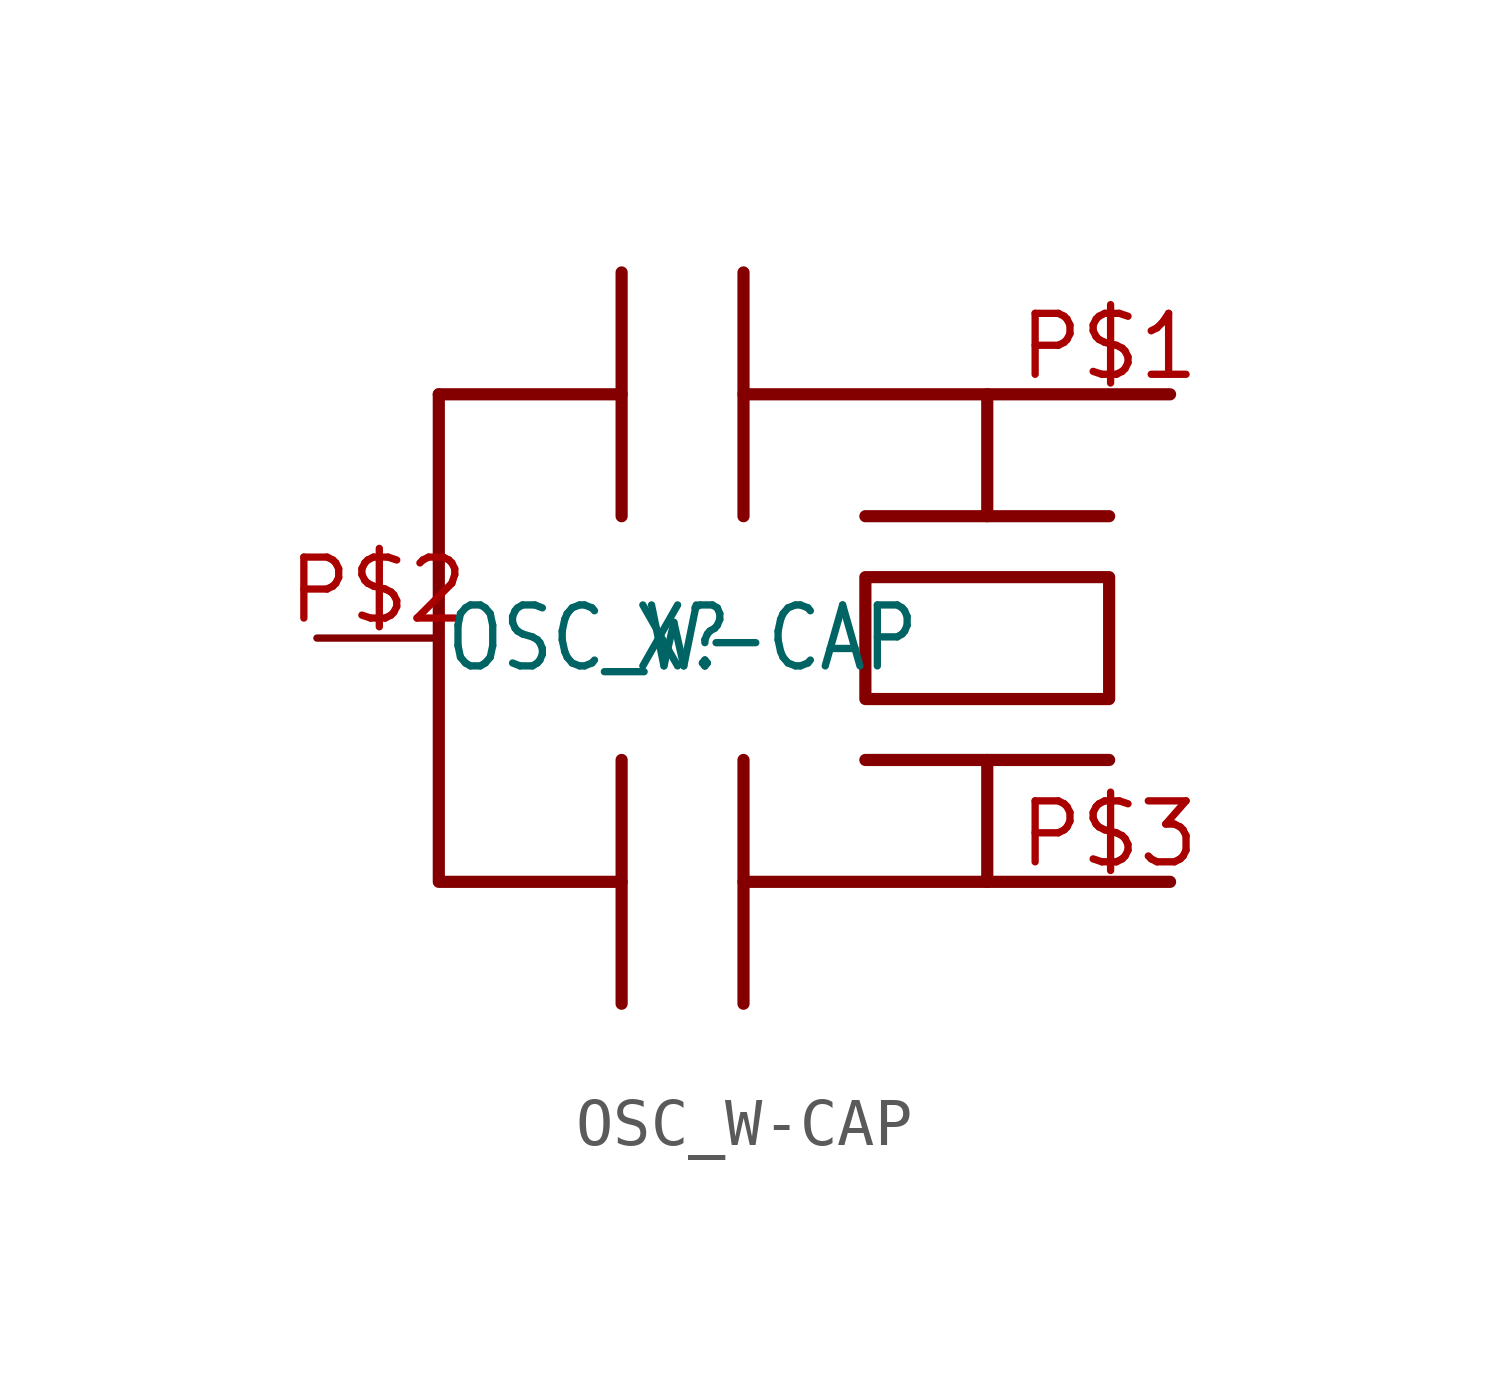
<source format=kicad_sym>
(kicad_symbol_lib
  (version 20211014)
  (generator kicad_symbol_editor)
  (symbol "OSC_W-CAP"
    (pin_names
      (offset 1.016) hide)
    (property "Reference" "X"
      (at 0 0 0)
      (effects (font (size 1.27 1.086))))
    (property "Value" "OSC_W-CAP"
      (at 0 0 0)
      (effects (font (size 1.27 1.086))))
    (symbol "OSC_W-CAP_0_0")
    (symbol "OSC_W-CAP_0_1"
      (polyline (pts (xy 10.16 5.08) (xy 6.35 5.08) (xy 1.27 5.08) (xy 1.27 7.62)) (stroke (width 0.254) (type default) (color 0 0 0 0)))
      (polyline (pts (xy 1.27 5.08) (xy 1.27 2.54)) (stroke (width 0.254) (type default) (color 0 0 0 0)))
      (polyline (pts (xy -1.27 7.62) (xy -1.27 5.08) (xy -1.27 2.54)) (stroke (width 0.254) (type default) (color 0 0 0 0)))
      (polyline (pts (xy -1.27 5.08) (xy -5.08 5.08)) (stroke (width 0.254) (type default) (color 0 0 0 0)))
      (polyline (pts (xy 10.16 -5.08) (xy 1.27 -5.08)) (stroke (width 0.254) (type default) (color 0 0 0 0)))
      (polyline (pts (xy 1.27 -2.54) (xy 1.27 -5.08) (xy 1.27 -7.62)) (stroke (width 0.254) (type default) (color 0 0 0 0)))
      (polyline (pts (xy -1.27 -2.54) (xy -1.27 -5.08) (xy -1.27 -7.62)) (stroke (width 0.254) (type default) (color 0 0 0 0)))
      (polyline (pts (xy -1.27 -5.08) (xy -5.08 -5.08) (xy -5.08 5.08)) (stroke (width 0.254) (type default) (color 0 0 0 0)))
      (polyline (pts (xy 3.81 1.27) (xy 3.81 -1.27) (xy 8.89 -1.27) (xy 8.89 1.27) (xy 3.81 1.27)) (stroke (width 0.254) (type default) (color 0 0 0 0)))
      (polyline (pts (xy 3.81 2.54) (xy 6.35 2.54) (xy 8.89 2.54)) (stroke (width 0.254) (type default) (color 0 0 0 0)))
      (polyline (pts (xy 3.81 -2.54) (xy 6.35 -2.54) (xy 8.89 -2.54)) (stroke (width 0.254) (type default) (color 0 0 0 0)))
      (polyline (pts (xy 6.35 -2.54) (xy 6.35 -5.08)) (stroke (width 0.254) (type default) (color 0 0 0 0)))
      (polyline (pts (xy 6.35 2.54) (xy 6.35 5.08)) (stroke (width 0.254) (type default) (color 0 0 0 0))))
    (symbol "OSC_W-CAP_1_1"
      (pin bidirectional line (at 10.16 5.08 180) (length 2.54) (name "XTAL1" (effects (font (size 1.27 1.086)))) (number "P$1" (effects (font (size 1.27 1.086)))))
      (pin bidirectional line (at 10.16 -5.08 180) (length 2.54) (name "XTAL2" (effects (font (size 1.27 1.086)))) (number "P$3" (effects (font (size 1.27 1.086)))))
      (pin bidirectional line (at -7.62 0 0) (length 2.54) (name "GND" (effects (font (size 1.27 1.086)))) (number "P$2" (effects (font (size 1.27 1.086))))))))
</source>
